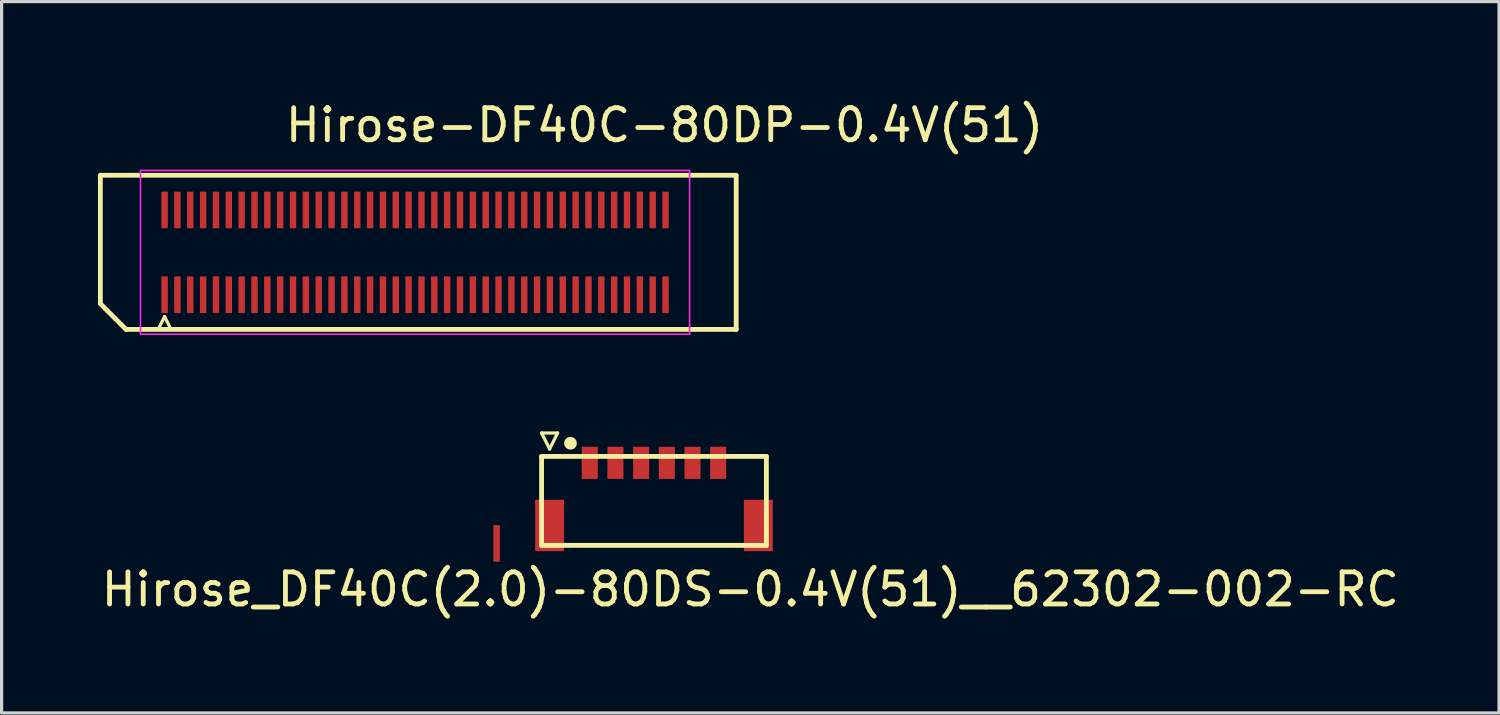
<source format=kicad_pcb>
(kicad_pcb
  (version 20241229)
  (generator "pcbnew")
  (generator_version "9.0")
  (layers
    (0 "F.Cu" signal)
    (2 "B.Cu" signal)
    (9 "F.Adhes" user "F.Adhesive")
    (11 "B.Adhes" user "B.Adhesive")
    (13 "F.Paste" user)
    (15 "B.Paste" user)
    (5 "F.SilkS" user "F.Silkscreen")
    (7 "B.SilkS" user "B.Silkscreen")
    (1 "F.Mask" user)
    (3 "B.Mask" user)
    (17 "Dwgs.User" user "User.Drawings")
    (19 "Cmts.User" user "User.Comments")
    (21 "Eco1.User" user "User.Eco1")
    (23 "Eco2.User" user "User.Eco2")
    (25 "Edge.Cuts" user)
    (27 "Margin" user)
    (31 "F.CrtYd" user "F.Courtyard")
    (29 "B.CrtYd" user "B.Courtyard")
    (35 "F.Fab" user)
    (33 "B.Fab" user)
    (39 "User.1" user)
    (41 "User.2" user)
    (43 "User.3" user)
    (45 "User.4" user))
  (footprint "Hirose_DF40C(2.0)-80DS-0.4V(51)__62302-002-RC"
    (layer "F.Cu")
    (at 17.315 12.553)
    (property "Reference" "Hirose_DF40C(2.0)-80DS-0.4V(51)__62302-002-RC" (at 3 2.75 0) (layer "F.SilkS") (effects (font (size 1 1) (thickness 0.15))))
    (attr through_hole)
    (fp_line (start -3.5 -2.12) (end -3.25 -1.62) (stroke (width 0.1) (type solid)) (layer "F.SilkS"))
    (fp_line (start -3.5 -1.39) (end 3.5 -1.39) (stroke (width 0.15) (type solid)) (layer "F.SilkS"))
    (fp_line (start -3.5 1.38) (end -3.5 -1.39) (stroke (width 0.15) (type solid)) (layer "F.SilkS"))
    (fp_line (start -3.5 1.38) (end 3.5 1.38) (stroke (width 0.15) (type solid)) (layer "F.SilkS"))
    (fp_line (start -3.25 -1.62) (end -3 -2.12) (stroke (width 0.1) (type solid)) (layer "F.SilkS"))
    (fp_line (start -3 -2.12) (end -3.5 -2.12) (stroke (width 0.1) (type solid)) (layer "F.SilkS"))
    (fp_line (start 3.5 1.38) (end 3.5 -1.39) (stroke (width 0.15) (type solid)) (layer "F.SilkS"))
    (fp_circle (center -2.6 -1.8) (end -2.5 -1.8) (stroke (width 0.2) (type solid)) (fill no) (layer "F.SilkS"))
    (pad "1" smd rect (at -2 -1.19) (size 0.5 1) (layers "F.Cu" "F.Mask" "F.Paste"))
    (pad "2" smd rect (at -1.2 -1.19) (size 0.5 1) (layers "F.Cu" "F.Mask" "F.Paste"))
    (pad "3" smd rect (at -0.4 -1.19) (size 0.5 1) (layers "F.Cu" "F.Mask" "F.Paste"))
    (pad "4" smd rect (at 0.4 -1.19) (size 0.5 1) (layers "F.Cu" "F.Mask" "F.Paste"))
    (pad "5" smd rect (at 1.2 -1.19) (size 0.5 1) (layers "F.Cu" "F.Mask" "F.Paste"))
    (pad "6" smd rect (at 2 -1.19) (size 0.5 1) (layers "F.Cu" "F.Mask" "F.Paste"))
    (pad "7" smd rect (at -3.25 0.76) (size 0.9 1.6) (layers "F.Cu" "F.Mask" "F.Paste"))
    (pad "8" smd rect (at 3.25 0.76) (size 0.9 1.6) (layers "F.Cu" "F.Mask" "F.Paste"))
    (pad "9" smd rect (at -4.9 1.32) (size 0.2 1.14) (layers "F.Cu" "F.Mask" "F.Paste")))
  (footprint "Hirose-DF40C-80DP-0.4V(51)"
    (layer "F.Cu")
    (at 9.875 4.808)
    (property "Reference" "Hirose-DF40C-80DP-0.4V(51)" (at 7.768 -3.96 180) (layer "F.SilkS") (effects (font (size 1 1) (thickness 0.15))))
    (attr smd)
    (fp_line (start -9.8 -2.4) (end 10 -2.4) (stroke (width 0.15) (type solid)) (layer "F.SilkS"))
    (fp_line (start -9.8 1.59) (end -9.8 -2.39) (stroke (width 0.15) (type solid)) (layer "F.SilkS"))
    (fp_line (start -9 2.4) (end -9.8 1.6) (stroke (width 0.15) (type solid)) (layer "F.SilkS"))
    (fp_line (start -8 2.4) (end -7.6 2.4) (stroke (width 0.1) (type solid)) (layer "F.SilkS"))
    (fp_line (start -7.8 2) (end -8 2.4) (stroke (width 0.1) (type solid)) (layer "F.SilkS"))
    (fp_line (start -7.6 2.4) (end -7.8 2) (stroke (width 0.1) (type solid)) (layer "F.SilkS"))
    (fp_line (start 10 -2.38) (end 10 2.4) (stroke (width 0.15) (type solid)) (layer "F.SilkS"))
    (fp_line (start 10 2.4) (end -9 2.4) (stroke (width 0.15) (type solid)) (layer "F.SilkS"))
    (fp_line (start -8.55 -2.55) (end 8.55 -2.55) (stroke (width 0.05) (type solid)) (layer "F.CrtYd"))
    (fp_line (start -8.55 2.55) (end -8.55 -2.55) (stroke (width 0.05) (type solid)) (layer "F.CrtYd"))
    (fp_line (start 8.55 -2.55) (end 8.55 2.55) (stroke (width 0.05) (type solid)) (layer "F.CrtYd"))
    (fp_line (start 8.55 2.55) (end -8.55 2.55) (stroke (width 0.05) (type solid)) (layer "F.CrtYd"))
    (pad "1" smd rect (at -7.8 1.32) (size 0.2 1.14) (layers "F.Cu" "F.Mask" "F.Paste"))
    (pad "2" smd rect (at -7.8 -1.32) (size 0.2 1.14) (layers "F.Cu" "F.Mask" "F.Paste"))
    (pad "3" smd rect (at -7.4 1.32) (size 0.2 1.14) (layers "F.Cu" "F.Mask" "F.Paste"))
    (pad "4" smd rect (at -7.4 -1.32) (size 0.2 1.14) (layers "F.Cu" "F.Mask" "F.Paste"))
    (pad "5" smd rect (at -7 1.32) (size 0.2 1.14) (layers "F.Cu" "F.Mask" "F.Paste"))
    (pad "6" smd rect (at -7 -1.32) (size 0.2 1.14) (layers "F.Cu" "F.Mask" "F.Paste"))
    (pad "7" smd rect (at -6.6 1.32) (size 0.2 1.14) (layers "F.Cu" "F.Mask" "F.Paste"))
    (pad "8" smd rect (at -6.6 -1.32) (size 0.2 1.14) (layers "F.Cu" "F.Mask" "F.Paste"))
    (pad "9" smd rect (at -6.2 1.32) (size 0.2 1.14) (layers "F.Cu" "F.Mask" "F.Paste"))
    (pad "10" smd rect (at -6.2 -1.32) (size 0.2 1.14) (layers "F.Cu" "F.Mask" "F.Paste"))
    (pad "11" smd rect (at -5.8 1.32) (size 0.2 1.14) (layers "F.Cu" "F.Mask" "F.Paste"))
    (pad "12" smd rect (at -5.8 -1.32) (size 0.2 1.14) (layers "F.Cu" "F.Mask" "F.Paste"))
    (pad "13" smd rect (at -5.4 1.32) (size 0.2 1.14) (layers "F.Cu" "F.Mask" "F.Paste"))
    (pad "14" smd rect (at -5.4 -1.32) (size 0.2 1.14) (layers "F.Cu" "F.Mask" "F.Paste"))
    (pad "15" smd rect (at -5 1.32) (size 0.2 1.14) (layers "F.Cu" "F.Mask" "F.Paste"))
    (pad "16" smd rect (at -5 -1.32) (size 0.2 1.14) (layers "F.Cu" "F.Mask" "F.Paste"))
    (pad "17" smd rect (at -4.6 1.32) (size 0.2 1.14) (layers "F.Cu" "F.Mask" "F.Paste"))
    (pad "18" smd rect (at -4.6 -1.32) (size 0.2 1.14) (layers "F.Cu" "F.Mask" "F.Paste"))
    (pad "19" smd rect (at -4.2 1.32) (size 0.2 1.14) (layers "F.Cu" "F.Mask" "F.Paste"))
    (pad "20" smd rect (at -4.2 -1.32) (size 0.2 1.14) (layers "F.Cu" "F.Mask" "F.Paste"))
    (pad "21" smd rect (at -3.8 1.32) (size 0.2 1.14) (layers "F.Cu" "F.Mask" "F.Paste"))
    (pad "22" smd rect (at -3.8 -1.32) (size 0.2 1.14) (layers "F.Cu" "F.Mask" "F.Paste"))
    (pad "23" smd rect (at -3.4 1.32) (size 0.2 1.14) (layers "F.Cu" "F.Mask" "F.Paste"))
    (pad "24" smd rect (at -3.4 -1.32) (size 0.2 1.14) (layers "F.Cu" "F.Mask" "F.Paste"))
    (pad "25" smd rect (at -3 1.32) (size 0.2 1.14) (layers "F.Cu" "F.Mask" "F.Paste"))
    (pad "26" smd rect (at -3 -1.32) (size 0.2 1.14) (layers "F.Cu" "F.Mask" "F.Paste"))
    (pad "27" smd rect (at -2.6 1.32) (size 0.2 1.14) (layers "F.Cu" "F.Mask" "F.Paste"))
    (pad "28" smd rect (at -2.6 -1.32) (size 0.2 1.14) (layers "F.Cu" "F.Mask" "F.Paste"))
    (pad "29" smd rect (at -2.2 1.32) (size 0.2 1.14) (layers "F.Cu" "F.Mask" "F.Paste"))
    (pad "30" smd rect (at -2.2 -1.32) (size 0.2 1.14) (layers "F.Cu" "F.Mask" "F.Paste"))
    (pad "31" smd rect (at -1.8 1.32) (size 0.2 1.14) (layers "F.Cu" "F.Mask" "F.Paste"))
    (pad "32" smd rect (at -1.8 -1.32) (size 0.2 1.14) (layers "F.Cu" "F.Mask" "F.Paste"))
    (pad "33" smd rect (at -1.4 1.32) (size 0.2 1.14) (layers "F.Cu" "F.Mask" "F.Paste"))
    (pad "34" smd rect (at -1.4 -1.32) (size 0.2 1.14) (layers "F.Cu" "F.Mask" "F.Paste"))
    (pad "35" smd rect (at -1 1.32) (size 0.2 1.14) (layers "F.Cu" "F.Mask" "F.Paste"))
    (pad "36" smd rect (at -1 -1.32) (size 0.2 1.14) (layers "F.Cu" "F.Mask" "F.Paste"))
    (pad "37" smd rect (at -0.6 1.32) (size 0.2 1.14) (layers "F.Cu" "F.Mask" "F.Paste"))
    (pad "38" smd rect (at -0.6 -1.32) (size 0.2 1.14) (layers "F.Cu" "F.Mask" "F.Paste"))
    (pad "39" smd rect (at -0.2 1.32) (size 0.2 1.14) (layers "F.Cu" "F.Mask" "F.Paste"))
    (pad "40" smd rect (at -0.2 -1.32) (size 0.2 1.14) (layers "F.Cu" "F.Mask" "F.Paste"))
    (pad "41" smd rect (at 0.2 1.32) (size 0.2 1.14) (layers "F.Cu" "F.Mask" "F.Paste"))
    (pad "42" smd rect (at 0.2 -1.32) (size 0.2 1.14) (layers "F.Cu" "F.Mask" "F.Paste"))
    (pad "43" smd rect (at 0.6 1.32) (size 0.2 1.14) (layers "F.Cu" "F.Mask" "F.Paste"))
    (pad "44" smd rect (at 0.6 -1.32) (size 0.2 1.14) (layers "F.Cu" "F.Mask" "F.Paste"))
    (pad "45" smd rect (at 1 1.32) (size 0.2 1.14) (layers "F.Cu" "F.Mask" "F.Paste"))
    (pad "46" smd rect (at 1 -1.32) (size 0.2 1.14) (layers "F.Cu" "F.Mask" "F.Paste"))
    (pad "47" smd rect (at 1.4 1.32) (size 0.2 1.14) (layers "F.Cu" "F.Mask" "F.Paste"))
    (pad "48" smd rect (at 1.4 -1.32) (size 0.2 1.14) (layers "F.Cu" "F.Mask" "F.Paste"))
    (pad "49" smd rect (at 1.8 1.32) (size 0.2 1.14) (layers "F.Cu" "F.Mask" "F.Paste"))
    (pad "50" smd rect (at 1.8 -1.32) (size 0.2 1.14) (layers "F.Cu" "F.Mask" "F.Paste"))
    (pad "51" smd rect (at 2.2 1.32) (size 0.2 1.14) (layers "F.Cu" "F.Mask" "F.Paste"))
    (pad "52" smd rect (at 2.2 -1.32) (size 0.2 1.14) (layers "F.Cu" "F.Mask" "F.Paste"))
    (pad "53" smd rect (at 2.6 1.32) (size 0.2 1.14) (layers "F.Cu" "F.Mask" "F.Paste"))
    (pad "54" smd rect (at 2.6 -1.32) (size 0.2 1.14) (layers "F.Cu" "F.Mask" "F.Paste"))
    (pad "55" smd rect (at 3 1.32) (size 0.2 1.14) (layers "F.Cu" "F.Mask" "F.Paste"))
    (pad "56" smd rect (at 3 -1.32) (size 0.2 1.14) (layers "F.Cu" "F.Mask" "F.Paste"))
    (pad "57" smd rect (at 3.4 1.32) (size 0.2 1.14) (layers "F.Cu" "F.Mask" "F.Paste"))
    (pad "58" smd rect (at 3.4 -1.32) (size 0.2 1.14) (layers "F.Cu" "F.Mask" "F.Paste"))
    (pad "59" smd rect (at 3.8 1.32) (size 0.2 1.14) (layers "F.Cu" "F.Mask" "F.Paste"))
    (pad "60" smd rect (at 3.8 -1.32) (size 0.2 1.14) (layers "F.Cu" "F.Mask" "F.Paste"))
    (pad "61" smd rect (at 4.2 1.32) (size 0.2 1.14) (layers "F.Cu" "F.Mask" "F.Paste"))
    (pad "62" smd rect (at 4.2 -1.32) (size 0.2 1.14) (layers "F.Cu" "F.Mask" "F.Paste"))
    (pad "63" smd rect (at 4.6 1.32) (size 0.2 1.14) (layers "F.Cu" "F.Mask" "F.Paste"))
    (pad "64" smd rect (at 4.6 -1.32) (size 0.2 1.14) (layers "F.Cu" "F.Mask" "F.Paste"))
    (pad "65" smd rect (at 5 1.32) (size 0.2 1.14) (layers "F.Cu" "F.Mask" "F.Paste"))
    (pad "66" smd rect (at 5 -1.32) (size 0.2 1.14) (layers "F.Cu" "F.Mask" "F.Paste"))
    (pad "67" smd rect (at 5.4 1.32) (size 0.2 1.14) (layers "F.Cu" "F.Mask" "F.Paste"))
    (pad "68" smd rect (at 5.4 -1.32) (size 0.2 1.14) (layers "F.Cu" "F.Mask" "F.Paste"))
    (pad "69" smd rect (at 5.8 1.32) (size 0.2 1.14) (layers "F.Cu" "F.Mask" "F.Paste"))
    (pad "70" smd rect (at 5.8 -1.32) (size 0.2 1.14) (layers "F.Cu" "F.Mask" "F.Paste"))
    (pad "71" smd rect (at 6.2 1.32) (size 0.2 1.14) (layers "F.Cu" "F.Mask" "F.Paste"))
    (pad "72" smd rect (at 6.2 -1.32) (size 0.2 1.14) (layers "F.Cu" "F.Mask" "F.Paste"))
    (pad "73" smd rect (at 6.6 1.32) (size 0.2 1.14) (layers "F.Cu" "F.Mask" "F.Paste"))
    (pad "74" smd rect (at 6.6 -1.32) (size 0.2 1.14) (layers "F.Cu" "F.Mask" "F.Paste"))
    (pad "75" smd rect (at 7 1.32) (size 0.2 1.14) (layers "F.Cu" "F.Mask" "F.Paste"))
    (pad "76" smd rect (at 7 -1.32) (size 0.2 1.14) (layers "F.Cu" "F.Mask" "F.Paste"))
    (pad "77" smd rect (at 7.4 1.32) (size 0.2 1.14) (layers "F.Cu" "F.Mask" "F.Paste"))
    (pad "78" smd rect (at 7.4 -1.32) (size 0.2 1.14) (layers "F.Cu" "F.Mask" "F.Paste"))
    (pad "79" smd rect (at 7.8 1.32) (size 0.2 1.14) (layers "F.Cu" "F.Mask" "F.Paste"))
    (pad "80" smd rect (at 7.8 -1.32) (size 0.2 1.14) (layers "F.Cu" "F.Mask" "F.Paste")))
  (gr_rect
    (start -3 -3)
    (end 43.631 19.151)
    (stroke (width 0.1) (type default))
    (fill no)
    (layer "Edge.Cuts")))
</source>
